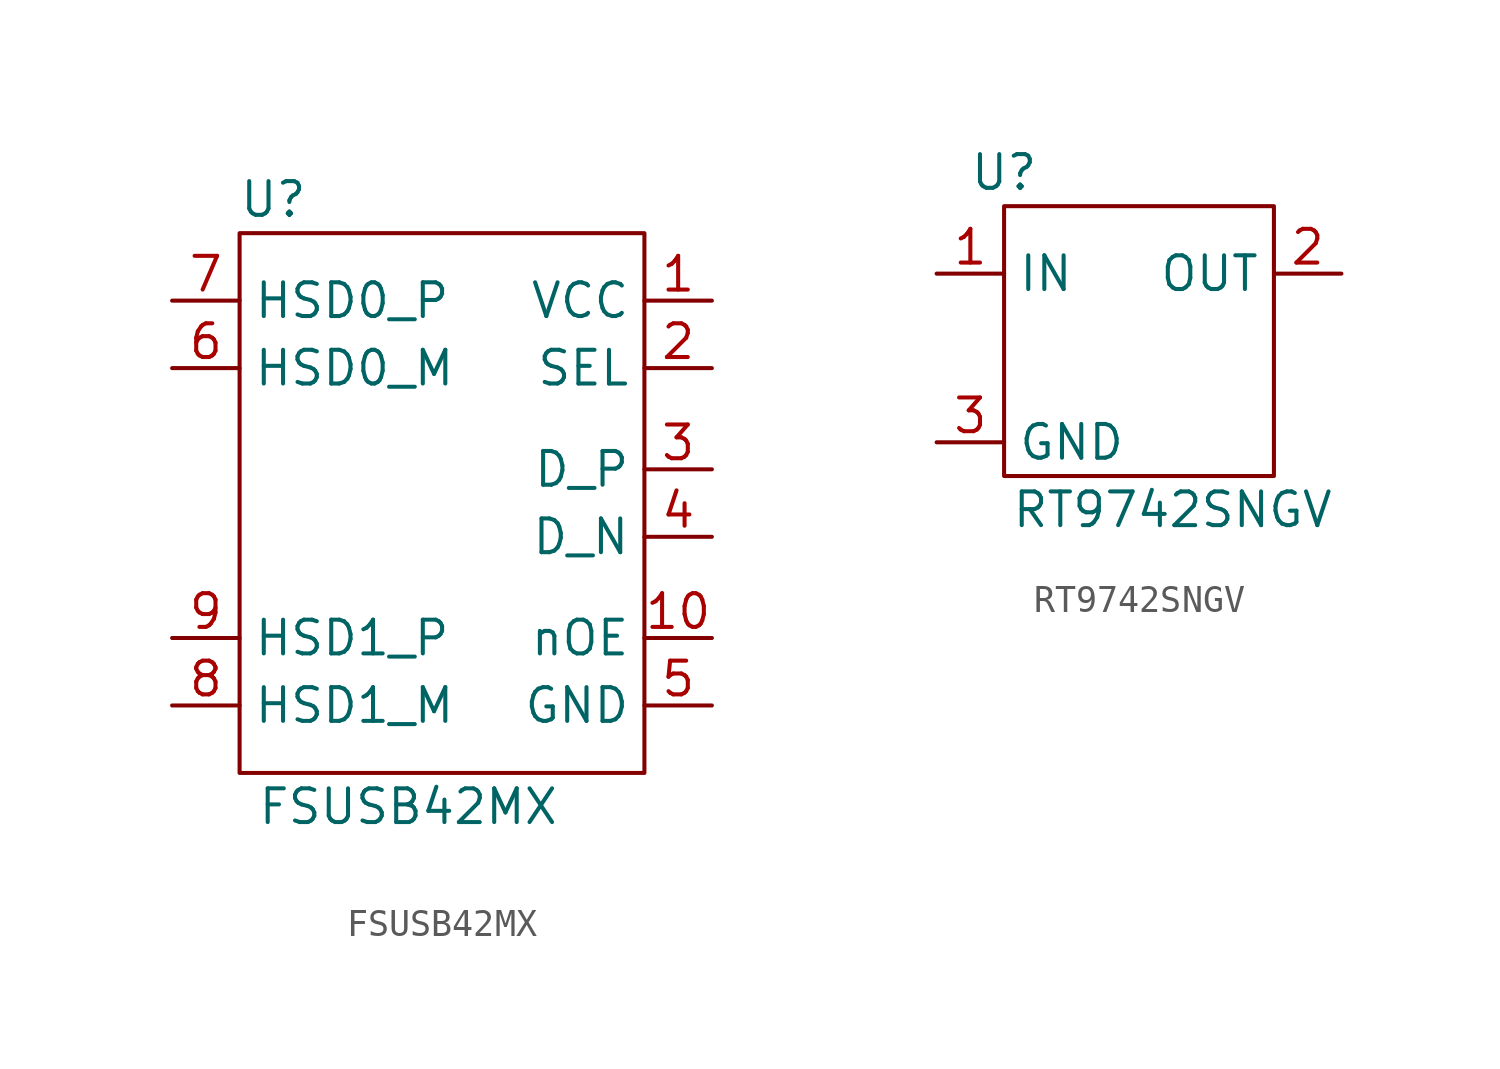
<source format=kicad_sym>
(kicad_symbol_lib
  (version 20201005)
  (generator kicad_symbol_editor)
  (symbol "CM4_MATX:FSUSB42MX"
    (property "Reference" "U"
      (at -7.62 20.32 0)
      (effects (font (size 1.27 1.27))))
    (property "Value" "FSUSB42MX"
      (at -2.54 -2.54 0)
      (effects (font (size 1.27 1.27))))
    (symbol "FSUSB42MX_0_1"
      (rectangle (start -8.89 19.05) (end 6.35 -1.27) (stroke (width 0)) (fill (type none))))
    (symbol "FSUSB42MX_0_0"
      (pin power_in line (at 8.89 16.51 180) (length 2.54) (name "VCC" (effects (font (size 1.27 1.27)))) (number "1" (effects (font (size 1.27 1.27)))))
      (pin input line (at 8.89 3.81 180) (length 2.54) (name "nOE" (effects (font (size 1.27 1.27)))) (number "10" (effects (font (size 1.27 1.27)))))
      (pin input line (at 8.89 13.97 180) (length 2.54) (name "SEL" (effects (font (size 1.27 1.27)))) (number "2" (effects (font (size 1.27 1.27)))))
      (pin bidirectional line (at 8.89 10.16 180) (length 2.54) (name "D_P" (effects (font (size 1.27 1.27)))) (number "3" (effects (font (size 1.27 1.27)))))
      (pin bidirectional line (at 8.89 7.62 180) (length 2.54) (name "D_N" (effects (font (size 1.27 1.27)))) (number "4" (effects (font (size 1.27 1.27)))))
      (pin power_in line (at 8.89 1.27 180) (length 2.54) (name "GND" (effects (font (size 1.27 1.27)))) (number "5" (effects (font (size 1.27 1.27)))))
      (pin bidirectional line (at -11.43 13.97 0) (length 2.54) (name "HSD0_M" (effects (font (size 1.27 1.27)))) (number "6" (effects (font (size 1.27 1.27)))))
      (pin bidirectional line (at -11.43 16.51 0) (length 2.54) (name "HSD0_P" (effects (font (size 1.27 1.27)))) (number "7" (effects (font (size 1.27 1.27)))))
      (pin bidirectional line (at -11.43 1.27 0) (length 2.54) (name "HSD1_M" (effects (font (size 1.27 1.27)))) (number "8" (effects (font (size 1.27 1.27)))))
      (pin bidirectional line (at -11.43 3.81 0) (length 2.54) (name "HSD1_P" (effects (font (size 1.27 1.27)))) (number "9" (effects (font (size 1.27 1.27)))))))
  (symbol "CM4_MATX:RT9742SNGV"
    (property "Reference" "U"
      (at -2.54 7.62 0)
      (effects (font (size 1.27 1.27))))
    (property "Value" "RT9742SNGV"
      (at 3.81 -5.08 0)
      (effects (font (size 1.27 1.27))))
    (symbol "RT9742SNGV_0_1"
      (rectangle (start -2.54 6.35) (end 7.62 -3.81) (stroke (width 0)) (fill (type none))))
    (symbol "RT9742SNGV_1_1"
      (pin power_in line (at -5.08 3.81 0) (length 2.54) (name "IN" (effects (font (size 1.27 1.27)))) (number "1" (effects (font (size 1.27 1.27)))))
      (pin power_in line (at 10.16 3.81 180) (length 2.54) (name "OUT" (effects (font (size 1.27 1.27)))) (number "2" (effects (font (size 1.27 1.27)))))
      (pin power_in line (at -5.08 -2.54 0) (length 2.54) (name "GND" (effects (font (size 1.27 1.27)))) (number "3" (effects (font (size 1.27 1.27))))))))
</source>
